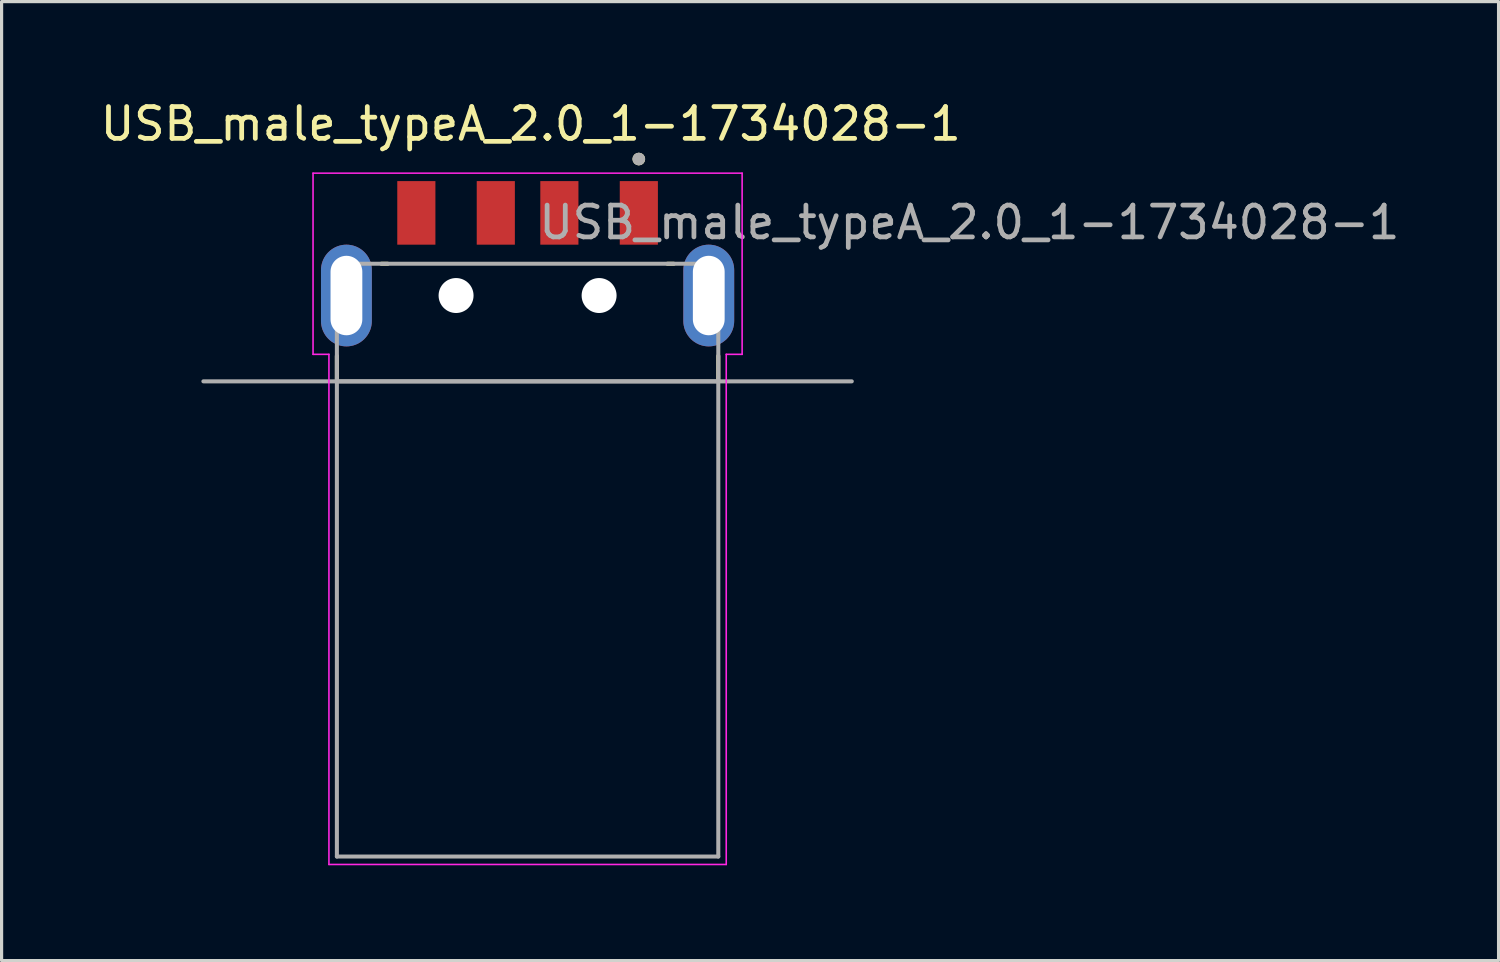
<source format=kicad_pcb>
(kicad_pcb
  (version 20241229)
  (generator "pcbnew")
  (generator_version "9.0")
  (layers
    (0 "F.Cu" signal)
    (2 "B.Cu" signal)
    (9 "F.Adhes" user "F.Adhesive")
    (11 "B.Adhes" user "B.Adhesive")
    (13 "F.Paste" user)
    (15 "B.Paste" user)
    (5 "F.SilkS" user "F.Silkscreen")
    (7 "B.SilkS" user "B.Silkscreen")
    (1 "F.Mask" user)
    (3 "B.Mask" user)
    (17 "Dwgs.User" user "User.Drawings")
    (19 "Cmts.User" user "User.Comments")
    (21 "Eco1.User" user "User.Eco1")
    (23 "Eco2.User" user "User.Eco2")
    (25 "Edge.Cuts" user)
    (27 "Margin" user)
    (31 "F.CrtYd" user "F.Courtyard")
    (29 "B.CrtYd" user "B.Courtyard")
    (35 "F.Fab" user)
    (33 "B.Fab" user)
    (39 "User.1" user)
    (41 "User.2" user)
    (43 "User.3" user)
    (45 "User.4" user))
  (footprint "USB_male_typeA_2.0_1-1734028-1"
    (layer "F.Cu")
    (at 13.549 6.248)
    (property "Reference" "USB_male_typeA_2.0_1-1734028-1" (at 0.1 -5.4 0) (layer "F.SilkS") (effects (font (size 1 1) (thickness 0.15))))
    (attr smd)
    (fp_line (start -6 1.9) (end -6 2.7) (stroke (width 0.127) (type solid)) (layer "F.SilkS"))
    (fp_line (start -4.6 -1) (end -4.4 -1) (stroke (width 0.127) (type solid)) (layer "F.SilkS"))
    (fp_line (start 4.6 -1) (end 4.4 -1) (stroke (width 0.127) (type solid)) (layer "F.SilkS"))
    (fp_line (start 6 2.7) (end 6 1.9) (stroke (width 0.127) (type solid)) (layer "F.SilkS"))
    (fp_circle (center 3.499 -4.294) (end 3.599 -4.294) (stroke (width 0.2) (type solid)) (fill no) (layer "F.SilkS"))
    (fp_line (start -6.75 -3.85) (end 6.75 -3.85) (stroke (width 0.05) (type solid)) (layer "F.CrtYd"))
    (fp_line (start -6.75 1.85) (end -6.75 -3.85) (stroke (width 0.05) (type solid)) (layer "F.CrtYd"))
    (fp_line (start -6.25 1.85) (end -6.75 1.85) (stroke (width 0.05) (type solid)) (layer "F.CrtYd"))
    (fp_line (start -6.25 1.85) (end -6.25 17.9) (stroke (width 0.05) (type solid)) (layer "F.CrtYd"))
    (fp_line (start 6.25 1.85) (end 6.25 17.9) (stroke (width 0.05) (type solid)) (layer "F.CrtYd"))
    (fp_line (start 6.25 17.9) (end -6.25 17.9) (stroke (width 0.05) (type solid)) (layer "F.CrtYd"))
    (fp_line (start 6.75 -3.85) (end 6.75 1.85) (stroke (width 0.05) (type solid)) (layer "F.CrtYd"))
    (fp_line (start 6.75 1.85) (end 6.25 1.85) (stroke (width 0.05) (type solid)) (layer "F.CrtYd"))
    (fp_line (start -10.2 2.7) (end -6 2.7) (stroke (width 0.127) (type solid)) (layer "F.Fab"))
    (fp_line (start -6 -1) (end 6 -1) (stroke (width 0.127) (type solid)) (layer "F.Fab"))
    (fp_line (start -6 2.7) (end -6 -1) (stroke (width 0.127) (type solid)) (layer "F.Fab"))
    (fp_line (start -6 2.7) (end 6 2.7) (stroke (width 0.127) (type solid)) (layer "F.Fab"))
    (fp_line (start -6 2.7) (end 6 2.7) (stroke (width 0.127) (type solid)) (layer "F.Fab"))
    (fp_line (start -6 17.65) (end -6 2.7) (stroke (width 0.127) (type solid)) (layer "F.Fab"))
    (fp_line (start 6 -1) (end 6 2.7) (stroke (width 0.127) (type solid)) (layer "F.Fab"))
    (fp_line (start 6 2.7) (end 6 17.65) (stroke (width 0.127) (type solid)) (layer "F.Fab"))
    (fp_line (start 6 2.7) (end 10.2 2.7) (stroke (width 0.127) (type solid)) (layer "F.Fab"))
    (fp_line (start 6 17.65) (end -6 17.65) (stroke (width 0.127) (type solid)) (layer "F.Fab"))
    (fp_circle (center 3.499 -4.294) (end 3.599 -4.294) (stroke (width 0.2) (type solid)) (fill no) (layer "F.Fab"))
    (fp_text user "${REFERENCE}" (at 13.9 -2.3 0) (layer "F.Fab") (effects (font (size 1 1) (thickness 0.15))))
    (pad "" np_thru_hole circle (at -2.25 0) (size 1.1 1.1) (drill 1.1) (layers "*.Cu" "*.Mask"))
    (pad "" np_thru_hole circle (at 2.25 0) (size 1.1 1.1) (drill 1.1) (layers "*.Cu" "*.Mask"))
    (pad "1" smd rect (at 3.5 -2.6) (size 1.2 2) (layers "F.Cu" "F.Mask" "F.Paste"))
    (pad "2" smd rect (at 1 -2.6) (size 1.2 2) (layers "F.Cu" "F.Mask" "F.Paste"))
    (pad "3" smd rect (at -1 -2.6) (size 1.2 2) (layers "F.Cu" "F.Mask" "F.Paste"))
    (pad "4" smd rect (at -3.5 -2.6) (size 1.2 2) (layers "F.Cu" "F.Mask" "F.Paste"))
    (pad "5" thru_hole oval (at 5.7 0) (size 1.6 3.2) (drill oval 1 2.5) (layers "*.Cu" "*.Mask"))
    (pad "6" thru_hole oval (at -5.7 0) (size 1.6 3.2) (drill oval 1 2.5) (layers "*.Cu" "*.Mask")))
  (gr_rect
    (start -3 -3)
    (end 44.098 27.173)
    (stroke (width 0.1) (type default))
    (fill no)
    (layer "Edge.Cuts")))
</source>
